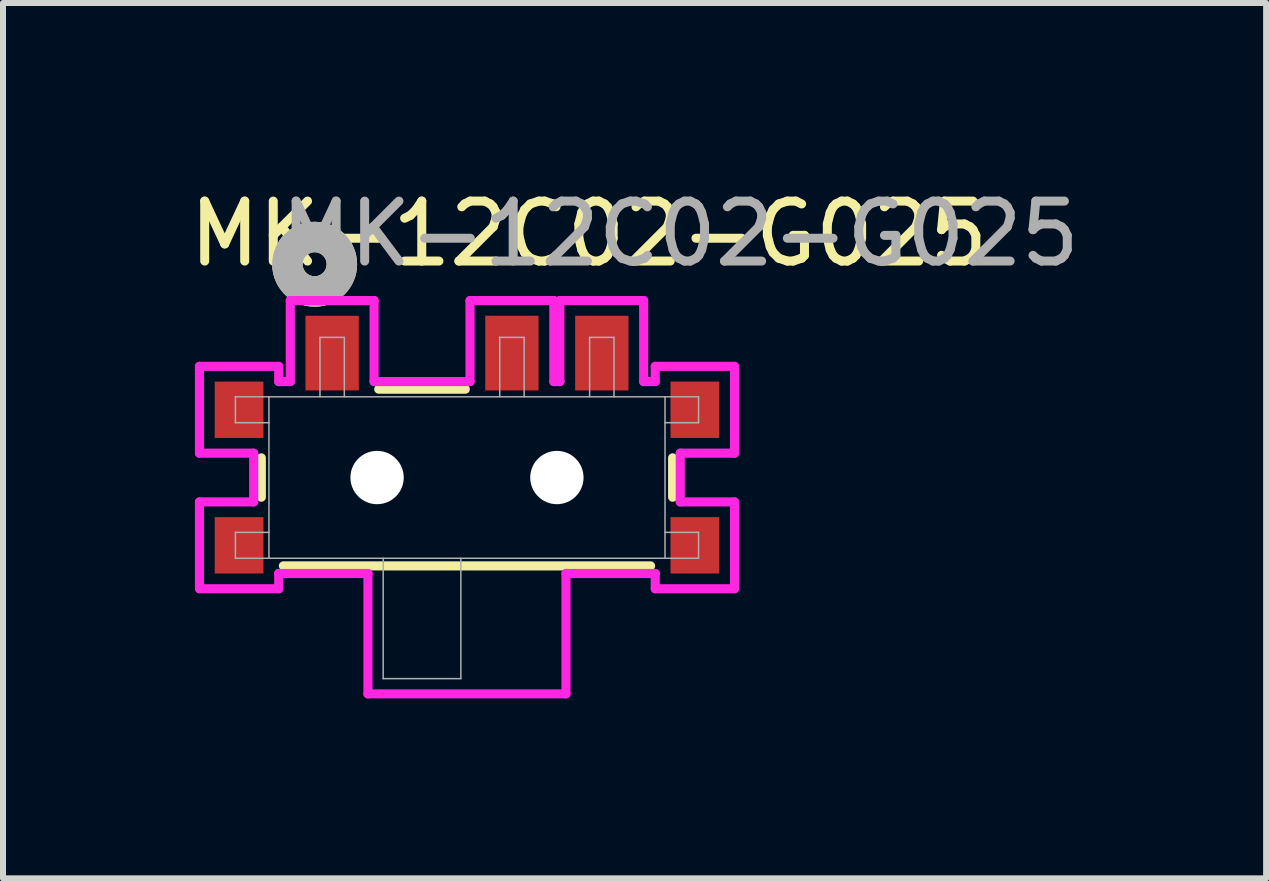
<source format=kicad_pcb>
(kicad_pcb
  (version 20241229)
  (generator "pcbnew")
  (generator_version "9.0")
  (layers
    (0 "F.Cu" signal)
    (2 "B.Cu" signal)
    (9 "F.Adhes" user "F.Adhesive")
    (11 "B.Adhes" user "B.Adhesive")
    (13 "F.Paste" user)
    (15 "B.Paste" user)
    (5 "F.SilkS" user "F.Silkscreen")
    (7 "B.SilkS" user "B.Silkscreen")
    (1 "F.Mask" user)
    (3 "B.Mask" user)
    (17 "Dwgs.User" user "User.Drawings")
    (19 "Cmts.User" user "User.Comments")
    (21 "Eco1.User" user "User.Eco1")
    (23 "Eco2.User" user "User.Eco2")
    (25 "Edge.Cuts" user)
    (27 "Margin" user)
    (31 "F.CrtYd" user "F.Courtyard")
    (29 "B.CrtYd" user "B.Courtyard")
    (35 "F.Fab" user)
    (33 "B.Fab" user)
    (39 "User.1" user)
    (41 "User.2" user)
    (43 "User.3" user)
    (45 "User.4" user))
  (footprint "MK-12C02-G025"
    (layer "F.Cu")
    (at 4.736 4.912)
    (property "Reference" "MK-12C02-G025" (at 2.032 -4.064 0) (unlocked yes) (layer "F.SilkS") (effects (font (size 1 1) (thickness 0.15))))
    (attr smd)
    (fp_line (start -3.429 -0.328) (end -3.429 0.328) (stroke (width 0.152) (type solid)) (layer "F.SilkS"))
    (fp_line (start -3.061 1.473) (end 3.061 1.473) (stroke (width 0.152) (type solid)) (layer "F.SilkS"))
    (fp_line (start -0.028 -1.473) (end -1.471 -1.473) (stroke (width 0.152) (type solid)) (layer "F.SilkS"))
    (fp_line (start 3.429 0.328) (end 3.429 -0.328) (stroke (width 0.152) (type solid)) (layer "F.SilkS"))
    (fp_circle (center -2.54 -3.556) (end -2.34 -3.556) (stroke (width 0.508) (type solid)) (fill no) (layer "F.SilkS"))
    (fp_line (start -4.46 -1.854) (end -4.46 -0.406) (stroke (width 0.152) (type solid)) (layer "F.CrtYd"))
    (fp_line (start -4.46 -0.406) (end -3.556 -0.406) (stroke (width 0.152) (type solid)) (layer "F.CrtYd"))
    (fp_line (start -4.46 0.406) (end -4.46 1.854) (stroke (width 0.152) (type solid)) (layer "F.CrtYd"))
    (fp_line (start -4.46 1.854) (end -3.139 1.854) (stroke (width 0.152) (type solid)) (layer "F.CrtYd"))
    (fp_line (start -3.556 -0.406) (end -3.556 0.406) (stroke (width 0.152) (type solid)) (layer "F.CrtYd"))
    (fp_line (start -3.556 0.406) (end -4.46 0.406) (stroke (width 0.152) (type solid)) (layer "F.CrtYd"))
    (fp_line (start -3.139 -1.854) (end -4.46 -1.854) (stroke (width 0.152) (type solid)) (layer "F.CrtYd"))
    (fp_line (start -3.139 -1.6) (end -3.139 -1.854) (stroke (width 0.152) (type solid)) (layer "F.CrtYd"))
    (fp_line (start -3.139 1.6) (end -1.651 1.6) (stroke (width 0.152) (type solid)) (layer "F.CrtYd"))
    (fp_line (start -3.139 1.854) (end -3.139 1.6) (stroke (width 0.152) (type solid)) (layer "F.CrtYd"))
    (fp_line (start -2.946 -2.951) (end -2.946 -1.6) (stroke (width 0.152) (type solid)) (layer "F.CrtYd"))
    (fp_line (start -2.946 -1.6) (end -3.139 -1.6) (stroke (width 0.152) (type solid)) (layer "F.CrtYd"))
    (fp_line (start -1.651 1.6) (end -1.651 3.607) (stroke (width 0.152) (type solid)) (layer "F.CrtYd"))
    (fp_line (start -1.651 3.607) (end 1.651 3.607) (stroke (width 0.152) (type solid)) (layer "F.CrtYd"))
    (fp_line (start -1.549 -2.951) (end -2.946 -2.951) (stroke (width 0.152) (type solid)) (layer "F.CrtYd"))
    (fp_line (start -1.549 -1.6) (end -1.549 -2.951) (stroke (width 0.152) (type solid)) (layer "F.CrtYd"))
    (fp_line (start 0.051 -2.951) (end 0.051 -1.6) (stroke (width 0.152) (type solid)) (layer "F.CrtYd"))
    (fp_line (start 0.051 -1.6) (end -1.549 -1.6) (stroke (width 0.152) (type solid)) (layer "F.CrtYd"))
    (fp_line (start 1.448 -2.951) (end 0.051 -2.951) (stroke (width 0.152) (type solid)) (layer "F.CrtYd"))
    (fp_line (start 1.448 -1.6) (end 1.448 -2.951) (stroke (width 0.152) (type solid)) (layer "F.CrtYd"))
    (fp_line (start 1.549 -2.951) (end 1.549 -1.6) (stroke (width 0.152) (type solid)) (layer "F.CrtYd"))
    (fp_line (start 1.549 -1.6) (end 1.448 -1.6) (stroke (width 0.152) (type solid)) (layer "F.CrtYd"))
    (fp_line (start 1.651 1.6) (end 3.139 1.6) (stroke (width 0.152) (type solid)) (layer "F.CrtYd"))
    (fp_line (start 1.651 3.607) (end 1.651 1.6) (stroke (width 0.152) (type solid)) (layer "F.CrtYd"))
    (fp_line (start 2.946 -2.951) (end 1.549 -2.951) (stroke (width 0.152) (type solid)) (layer "F.CrtYd"))
    (fp_line (start 2.946 -1.6) (end 2.946 -2.951) (stroke (width 0.152) (type solid)) (layer "F.CrtYd"))
    (fp_line (start 3.139 -1.854) (end 3.139 -1.6) (stroke (width 0.152) (type solid)) (layer "F.CrtYd"))
    (fp_line (start 3.139 -1.6) (end 2.946 -1.6) (stroke (width 0.152) (type solid)) (layer "F.CrtYd"))
    (fp_line (start 3.139 1.6) (end 3.139 1.854) (stroke (width 0.152) (type solid)) (layer "F.CrtYd"))
    (fp_line (start 3.139 1.854) (end 4.46 1.854) (stroke (width 0.152) (type solid)) (layer "F.CrtYd"))
    (fp_line (start 3.556 -0.406) (end 4.46 -0.406) (stroke (width 0.152) (type solid)) (layer "F.CrtYd"))
    (fp_line (start 3.556 0.406) (end 3.556 -0.406) (stroke (width 0.152) (type solid)) (layer "F.CrtYd"))
    (fp_line (start 4.46 -1.854) (end 3.139 -1.854) (stroke (width 0.152) (type solid)) (layer "F.CrtYd"))
    (fp_line (start 4.46 -0.406) (end 4.46 -1.854) (stroke (width 0.152) (type solid)) (layer "F.CrtYd"))
    (fp_line (start 4.46 0.406) (end 3.556 0.406) (stroke (width 0.152) (type solid)) (layer "F.CrtYd"))
    (fp_line (start 4.46 1.854) (end 4.46 0.406) (stroke (width 0.152) (type solid)) (layer "F.CrtYd"))
    (fp_line (start -3.861 -1.346) (end -3.861 -0.914) (stroke (width 0.025) (type solid)) (layer "F.Fab"))
    (fp_line (start -3.861 0.914) (end -3.302 0.914) (stroke (width 0.025) (type solid)) (layer "F.Fab"))
    (fp_line (start -3.861 1.346) (end -3.861 0.914) (stroke (width 0.025) (type solid)) (layer "F.Fab"))
    (fp_line (start -3.302 -1.346) (end -3.861 -1.346) (stroke (width 0.025) (type solid)) (layer "F.Fab"))
    (fp_line (start -3.302 -1.346) (end -3.302 1.346) (stroke (width 0.025) (type solid)) (layer "F.Fab"))
    (fp_line (start -3.302 -0.914) (end -3.861 -0.914) (stroke (width 0.025) (type solid)) (layer "F.Fab"))
    (fp_line (start -3.302 1.346) (end -3.861 1.346) (stroke (width 0.025) (type solid)) (layer "F.Fab"))
    (fp_line (start -3.302 1.346) (end 3.302 1.346) (stroke (width 0.025) (type solid)) (layer "F.Fab"))
    (fp_line (start -2.451 -2.337) (end -2.045 -2.337) (stroke (width 0.025) (type solid)) (layer "F.Fab"))
    (fp_line (start -2.451 -1.346) (end -2.451 -2.337) (stroke (width 0.025) (type solid)) (layer "F.Fab"))
    (fp_line (start -2.045 -2.337) (end -2.045 -1.346) (stroke (width 0.025) (type solid)) (layer "F.Fab"))
    (fp_line (start -1.397 1.346) (end -1.397 3.353) (stroke (width 0.025) (type solid)) (layer "F.Fab"))
    (fp_line (start -1.397 3.353) (end -0.102 3.353) (stroke (width 0.025) (type solid)) (layer "F.Fab"))
    (fp_line (start -0.102 3.353) (end -0.102 1.346) (stroke (width 0.025) (type solid)) (layer "F.Fab"))
    (fp_line (start 0.546 -2.337) (end 0.953 -2.337) (stroke (width 0.025) (type solid)) (layer "F.Fab"))
    (fp_line (start 0.546 -1.346) (end 0.546 -2.337) (stroke (width 0.025) (type solid)) (layer "F.Fab"))
    (fp_line (start 0.953 -2.337) (end 0.953 -1.346) (stroke (width 0.025) (type solid)) (layer "F.Fab"))
    (fp_line (start 2.045 -2.337) (end 2.451 -2.337) (stroke (width 0.025) (type solid)) (layer "F.Fab"))
    (fp_line (start 2.045 -1.346) (end 2.045 -2.337) (stroke (width 0.025) (type solid)) (layer "F.Fab"))
    (fp_line (start 2.451 -2.337) (end 2.451 -1.346) (stroke (width 0.025) (type solid)) (layer "F.Fab"))
    (fp_line (start 3.302 -1.346) (end -3.302 -1.346) (stroke (width 0.025) (type solid)) (layer "F.Fab"))
    (fp_line (start 3.302 -0.914) (end 3.861 -0.914) (stroke (width 0.025) (type solid)) (layer "F.Fab"))
    (fp_line (start 3.302 1.346) (end 3.302 -1.346) (stroke (width 0.025) (type solid)) (layer "F.Fab"))
    (fp_line (start 3.302 1.346) (end 3.861 1.346) (stroke (width 0.025) (type solid)) (layer "F.Fab"))
    (fp_line (start 3.861 -1.346) (end 3.302 -1.346) (stroke (width 0.025) (type solid)) (layer "F.Fab"))
    (fp_line (start 3.861 -0.914) (end 3.861 -1.346) (stroke (width 0.025) (type solid)) (layer "F.Fab"))
    (fp_line (start 3.861 0.914) (end 3.302 0.914) (stroke (width 0.025) (type solid)) (layer "F.Fab"))
    (fp_line (start 3.861 1.346) (end 3.861 0.914) (stroke (width 0.025) (type solid)) (layer "F.Fab"))
    (fp_circle (center -2.54 -3.556) (end -2.34 -3.556) (stroke (width 0.508) (type solid)) (fill no) (layer "F.Fab"))
    (fp_text user "${REFERENCE}" (at 3.556 -4.064 0) (unlocked yes) (layer "F.Fab") (effects (font (size 1 1) (thickness 0.15))))
    (pad "" np_thru_hole circle (at -1.499 0) (size 0.889 0.889) (drill 0.889) (layers "*.Cu" "*.Mask"))
    (pad "" np_thru_hole circle (at 1.499 0) (size 0.889 0.889) (drill 0.889) (layers "*.Cu" "*.Mask"))
    (pad "1" smd rect (at -2.248 -2.075) (size 0.889 1.245) (layers "F.Cu" "F.Mask" "F.Paste"))
    (pad "2" smd rect (at 0.749 -2.075) (size 0.889 1.245) (layers "F.Cu" "F.Mask" "F.Paste"))
    (pad "3" smd rect (at 2.248 -2.075) (size 0.889 1.245) (layers "F.Cu" "F.Mask" "F.Paste"))
    (pad "4" smd rect (at 3.8 -1.13) (size 0.813 0.94) (layers "F.Cu" "F.Mask" "F.Paste"))
    (pad "5" smd rect (at 3.8 1.13) (size 0.813 0.94) (layers "F.Cu" "F.Mask" "F.Paste"))
    (pad "6" smd rect (at -3.8 1.13) (size 0.813 0.94) (layers "F.Cu" "F.Mask" "F.Paste"))
    (pad "7" smd rect (at -3.8 -1.13) (size 0.813 0.94) (layers "F.Cu" "F.Mask" "F.Paste")))
  (gr_rect
    (start -3 -3)
    (end 18.06 11.595)
    (stroke (width 0.1) (type default))
    (fill no)
    (layer "Edge.Cuts")))
</source>
